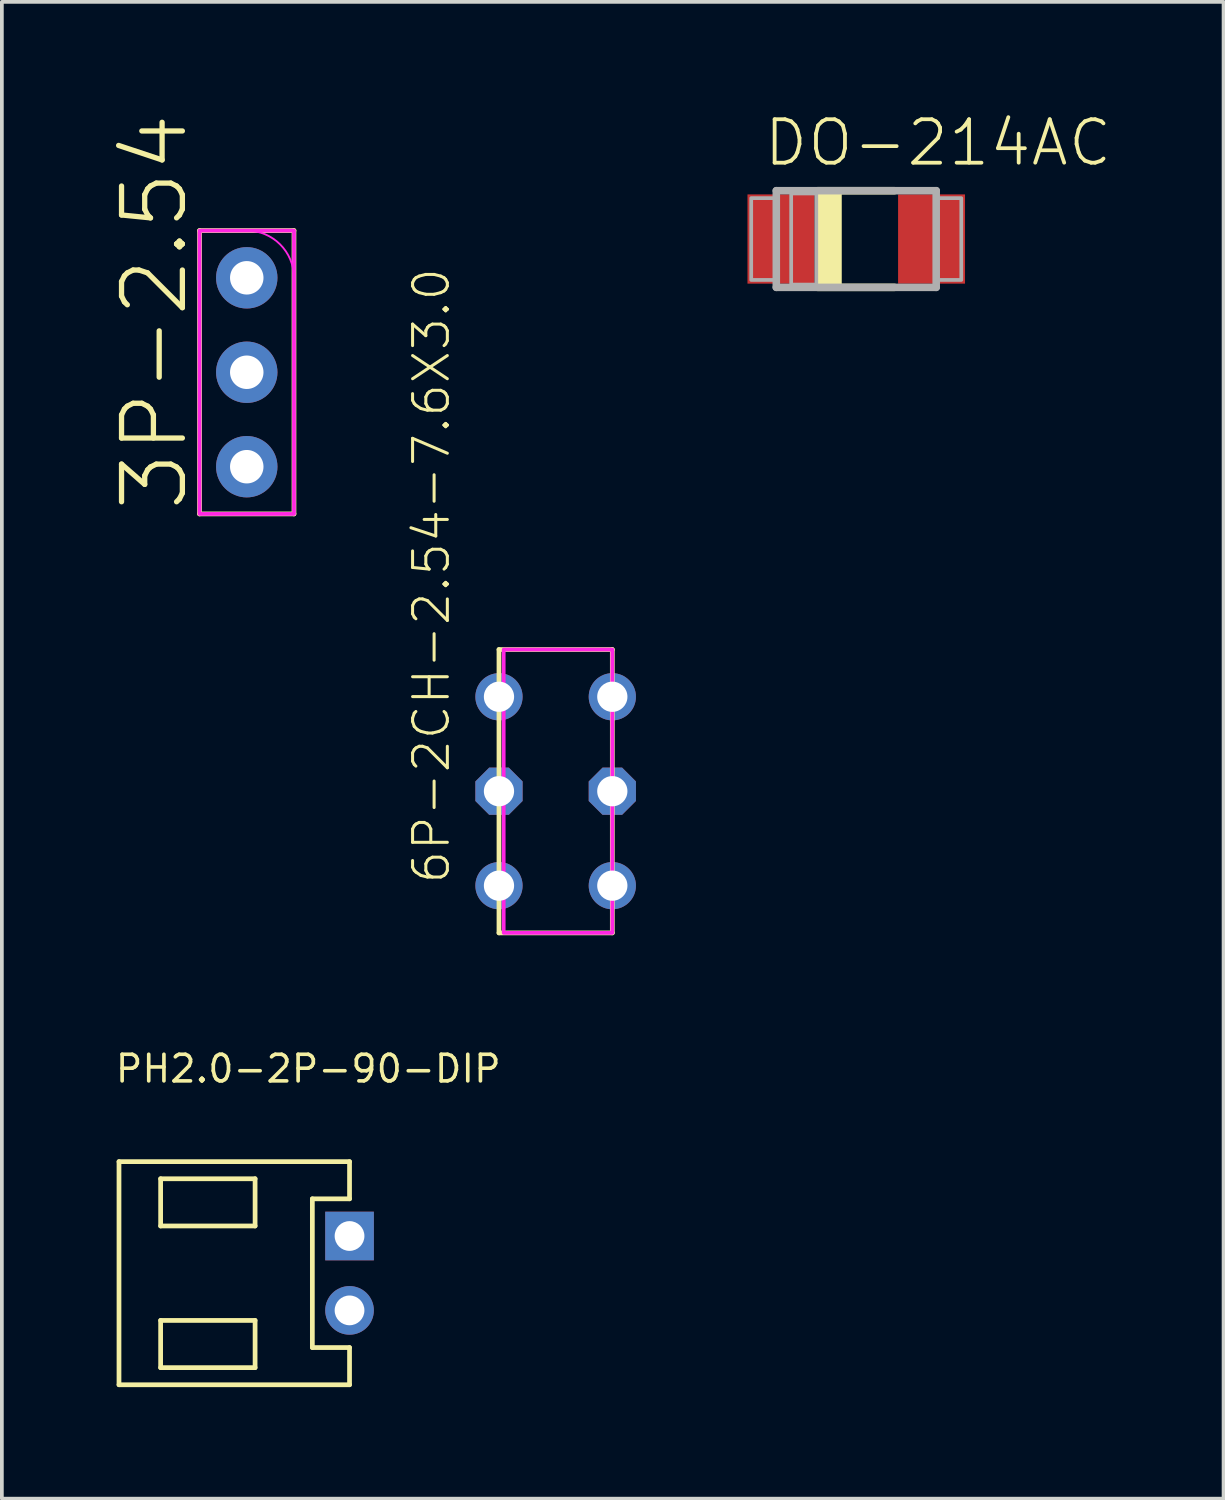
<source format=kicad_pcb>
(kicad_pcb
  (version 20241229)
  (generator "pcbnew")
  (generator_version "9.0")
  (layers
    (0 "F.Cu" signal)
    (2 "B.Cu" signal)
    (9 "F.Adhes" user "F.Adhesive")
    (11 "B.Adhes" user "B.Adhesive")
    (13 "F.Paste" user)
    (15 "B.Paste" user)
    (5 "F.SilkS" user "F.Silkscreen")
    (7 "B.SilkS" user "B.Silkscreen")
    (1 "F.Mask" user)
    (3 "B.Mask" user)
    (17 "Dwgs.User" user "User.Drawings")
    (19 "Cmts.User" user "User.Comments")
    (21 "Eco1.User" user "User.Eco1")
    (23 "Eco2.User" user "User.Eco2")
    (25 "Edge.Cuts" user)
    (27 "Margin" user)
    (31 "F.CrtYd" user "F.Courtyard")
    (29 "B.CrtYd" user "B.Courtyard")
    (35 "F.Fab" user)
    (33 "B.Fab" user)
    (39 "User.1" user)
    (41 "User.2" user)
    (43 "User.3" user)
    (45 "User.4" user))
  (footprint "PH2.0-2P-90-DIP"
    (layer "F.Cu")
    (at 6.35 31.19)
    (property "Reference" "PH2.0-2P-90-DIP" (at -6.35 -5.08 0) (layer "F.SilkS") (effects (font (size 0.715 0.715) (thickness 0.098)) (justify left bottom)))
    (fp_line (start -6.2 -3) (end 0 -3) (stroke (width 0.127) (type solid)) (layer "F.SilkS"))
    (fp_line (start -6.2 3) (end -6.2 -3) (stroke (width 0.127) (type solid)) (layer "F.SilkS"))
    (fp_line (start -5.08 -2.54) (end -5.08 -1.27) (stroke (width 0.127) (type solid)) (layer "F.SilkS"))
    (fp_line (start -5.08 -1.27) (end -2.54 -1.27) (stroke (width 0.127) (type solid)) (layer "F.SilkS"))
    (fp_line (start -5.08 1.27) (end -2.54 1.27) (stroke (width 0.127) (type solid)) (layer "F.SilkS"))
    (fp_line (start -5.08 2.54) (end -5.08 1.27) (stroke (width 0.127) (type solid)) (layer "F.SilkS"))
    (fp_line (start -2.54 -2.54) (end -5.08 -2.54) (stroke (width 0.127) (type solid)) (layer "F.SilkS"))
    (fp_line (start -2.54 -1.27) (end -2.54 -2.54) (stroke (width 0.127) (type solid)) (layer "F.SilkS"))
    (fp_line (start -2.54 1.27) (end -2.54 2.54) (stroke (width 0.127) (type solid)) (layer "F.SilkS"))
    (fp_line (start -2.54 2.54) (end -5.08 2.54) (stroke (width 0.127) (type solid)) (layer "F.SilkS"))
    (fp_line (start -1 -2) (end -1 2) (stroke (width 0.127) (type solid)) (layer "F.SilkS"))
    (fp_line (start -1 2) (end 0 2) (stroke (width 0.127) (type solid)) (layer "F.SilkS"))
    (fp_line (start 0 -3) (end 0 -2) (stroke (width 0.127) (type solid)) (layer "F.SilkS"))
    (fp_line (start 0 -2) (end -1 -2) (stroke (width 0.127) (type solid)) (layer "F.SilkS"))
    (fp_line (start 0 2) (end 0 3) (stroke (width 0.127) (type solid)) (layer "F.SilkS"))
    (fp_line (start 0 3) (end -6.2 3) (stroke (width 0.127) (type solid)) (layer "F.SilkS"))
    (pad "1" thru_hole rect (at 0 -1) (size 1.308 1.308) (drill 0.8) (layers "*.Cu" "*.Mask"))
    (pad "2" thru_hole circle (at 0 1) (size 1.308 1.308) (drill 0.8) (layers "*.Cu" "*.Mask")))
  (footprint "6P-2CH-2.54-7.6X3.0"
    (layer "F.Cu")
    (at 11.893 18.228)
    (property "Reference" "6P-2CH-2.54-7.6X3.0" (at -2.794 2.54 90) (layer "F.SilkS") (effects (font (size 0.935 0.935) (thickness 0.081)) (justify left bottom)))
    (fp_line (start -1.524 -3.81) (end 1.524 -3.81) (stroke (width 0.127) (type solid)) (layer "F.SilkS"))
    (fp_line (start -1.524 3.81) (end -1.524 -3.81) (stroke (width 0.127) (type solid)) (layer "F.SilkS"))
    (fp_line (start 1.524 -3.81) (end 1.524 3.81) (stroke (width 0.127) (type solid)) (layer "F.SilkS"))
    (fp_line (start 1.524 3.81) (end -1.524 3.81) (stroke (width 0.127) (type solid)) (layer "F.SilkS"))
    (fp_poly (pts (xy -1.397 3.81) (xy 1.524 3.81) (xy 1.524 -3.81) (xy -1.397 -3.81)) (stroke (width 0.1) (type default)) (fill no) (layer "F.CrtYd"))
    (fp_text user "${REFERENCE}" (at 0.381 2.54 90) (layer "F.Mask") (effects (font (size 1.168 1.168) (thickness 0.102)) (justify left bottom)))
    (pad "CH1A" thru_hole circle (at -1.524 -2.54) (size 1.27 1.27) (drill 0.813) (layers "*.Cu" "*.Mask"))
    (pad "CH1B" thru_hole circle (at -1.524 2.54) (size 1.27 1.27) (drill 0.813) (layers "*.Cu" "*.Mask"))
    (pad "CH2A" thru_hole circle (at 1.524 -2.54) (size 1.27 1.27) (drill 0.813) (layers "*.Cu" "*.Mask"))
    (pad "CH2B" thru_hole circle (at 1.524 2.54) (size 1.27 1.27) (drill 0.813) (layers "*.Cu" "*.Mask"))
    (pad "COM1" thru_hole roundrect (at -1.524 0) (size 1.27 1.27) (drill 0.813) (layers "*.Cu" "*.Mask") (roundrect_rratio 0.25) (chamfer_ratio 0.293) (chamfer top_left top_right bottom_left bottom_right))
    (pad "COM2" thru_hole roundrect (at 1.524 0) (size 1.27 1.27) (drill 0.813) (layers "*.Cu" "*.Mask") (roundrect_rratio 0.25) (chamfer_ratio 0.293) (chamfer top_left top_right bottom_left bottom_right)))
  (footprint "3P-2.54"
    (layer "F.Cu")
    (at 3.586 6.961)
    (property "Reference" "3P-2.54" (at -1.524 3.81 90) (layer "F.SilkS") (effects (font (size 1.636 1.636) (thickness 0.142)) (justify left bottom)))
    (fp_line (start -1.27 -3.81) (end 1.27 -3.81) (stroke (width 0.127) (type solid)) (layer "F.SilkS"))
    (fp_line (start -1.27 3.81) (end -1.27 -3.81) (stroke (width 0.127) (type solid)) (layer "F.SilkS"))
    (fp_line (start -1.27 3.81) (end 1.27 3.81) (stroke (width 0.127) (type solid)) (layer "F.SilkS"))
    (fp_line (start 1.27 -3.81) (end 1.27 3.81) (stroke (width 0.127) (type solid)) (layer "F.SilkS"))
    (fp_line (start -1.27 2.54) (end -1.27 -2.54) (stroke (width 0.05) (type solid)) (layer "F.CrtYd"))
    (fp_line (start 1.27 -2.54) (end 1.27 2.54) (stroke (width 0.05) (type solid)) (layer "F.CrtYd"))
    (fp_arc (start 0 -3.81) (mid 0.898026 -3.438026) (end 1.27 -2.54) (stroke (width 0.05) (type solid)) (layer "F.CrtYd"))
    (fp_poly (pts (xy -1.27 3.81) (xy 1.27 3.81) (xy 1.27 -3.81) (xy -1.27 -3.81)) (stroke (width 0.1) (type default)) (fill no) (layer "F.CrtYd"))
    (pad "1" thru_hole circle (at 0 -2.54) (size 1.651 1.651) (drill 0.9) (layers "*.Cu" "*.Mask"))
    (pad "2" thru_hole circle (at 0 0) (size 1.651 1.651) (drill 0.9) (layers "*.Cu" "*.Mask"))
    (pad "3" thru_hole circle (at 0 2.54) (size 1.651 1.651) (drill 0.9) (layers "*.Cu" "*.Mask")))
  (footprint "DO-214AC"
    (layer "F.Cu")
    (at 19.977 3.378)
    (property "Reference" "DO-214AC" (at -2.54 -1.905 0) (layer "F.SilkS") (effects (font (size 1.168 1.168) (thickness 0.102)) (justify left bottom)))
    (fp_line (start -1.035 -1.3) (end 1.025 -1.3) (stroke (width 0.203) (type solid)) (layer "F.SilkS"))
    (fp_line (start 1.025 1.3) (end -1.035 1.3) (stroke (width 0.203) (type solid)) (layer "F.SilkS"))
    (fp_poly (pts (xy -1.065 1.225) (xy -0.39 1.225) (xy -0.39 -1.225) (xy -1.065 -1.225)) (stroke (width 0) (type default)) (fill yes) (layer "F.SilkS"))
    (fp_line (start -2.15 -1.3) (end 2.15 -1.3) (stroke (width 0.203) (type solid)) (layer "F.Fab"))
    (fp_line (start -2.15 1.3) (end -2.15 -1.3) (stroke (width 0.203) (type solid)) (layer "F.Fab"))
    (fp_line (start 2.15 -1.3) (end 2.15 1.3) (stroke (width 0.203) (type solid)) (layer "F.Fab"))
    (fp_line (start 2.15 1.3) (end -2.15 1.3) (stroke (width 0.203) (type solid)) (layer "F.Fab"))
    (fp_poly (pts (xy -2.825 1.1) (xy -2.175 1.1) (xy -2.175 -1.1) (xy -2.825 -1.1)) (stroke (width 0.1) (type default)) (fill no) (layer "F.Fab"))
    (fp_poly (pts (xy -1.75 1.225) (xy -1.075 1.225) (xy -1.075 -1.225) (xy -1.75 -1.225)) (stroke (width 0.1) (type default)) (fill no) (layer "F.Fab"))
    (fp_poly (pts (xy 2.825 -1.1) (xy 2.175 -1.1) (xy 2.175 1.1) (xy 2.825 1.1)) (stroke (width 0.1) (type default)) (fill no) (layer "F.Fab"))
    (pad "A" smd rect (at 2.025 0 180) (size 1.8 2.4) (layers "F.Cu" "F.Mask" "F.Paste"))
    (pad "C" smd rect (at -2.025 0) (size 1.8 2.4) (layers "F.Cu" "F.Mask" "F.Paste")))
  (gr_rect
    (start -3 -3)
    (end 29.855 37.253)
    (stroke (width 0.1) (type default))
    (fill no)
    (layer "Edge.Cuts")))
</source>
